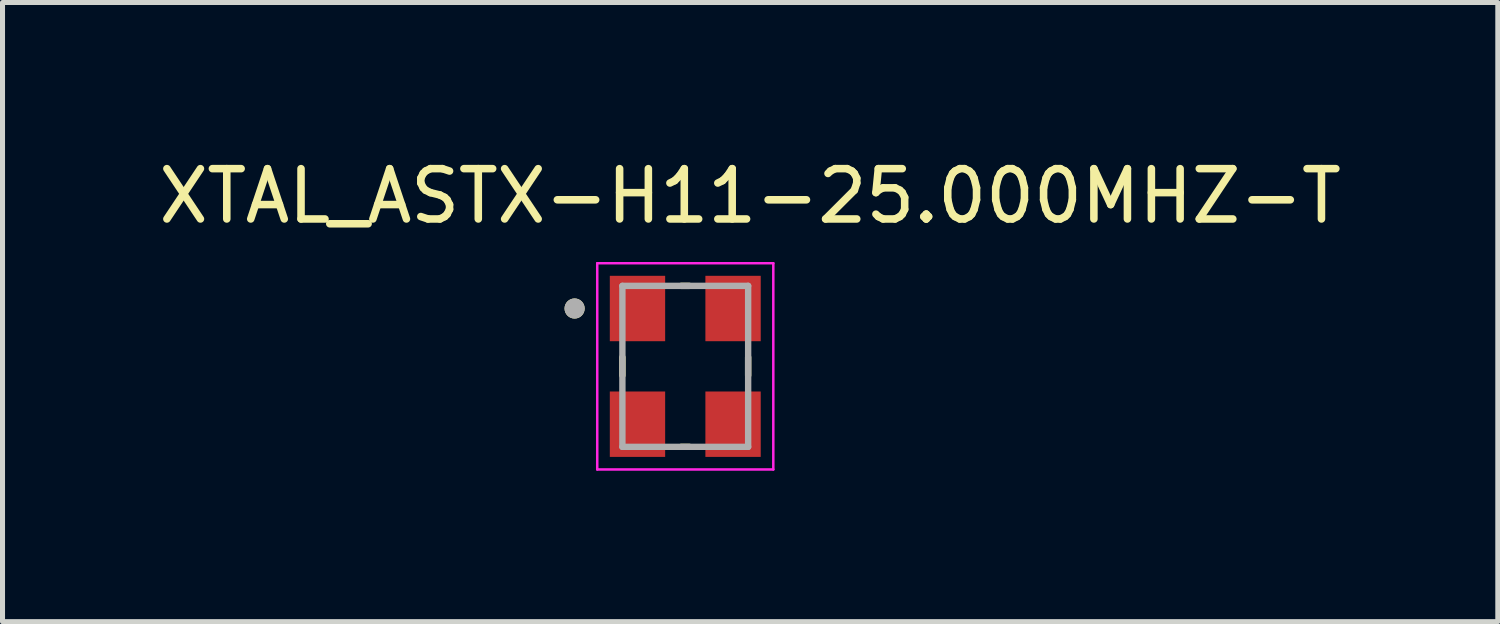
<source format=kicad_pcb>
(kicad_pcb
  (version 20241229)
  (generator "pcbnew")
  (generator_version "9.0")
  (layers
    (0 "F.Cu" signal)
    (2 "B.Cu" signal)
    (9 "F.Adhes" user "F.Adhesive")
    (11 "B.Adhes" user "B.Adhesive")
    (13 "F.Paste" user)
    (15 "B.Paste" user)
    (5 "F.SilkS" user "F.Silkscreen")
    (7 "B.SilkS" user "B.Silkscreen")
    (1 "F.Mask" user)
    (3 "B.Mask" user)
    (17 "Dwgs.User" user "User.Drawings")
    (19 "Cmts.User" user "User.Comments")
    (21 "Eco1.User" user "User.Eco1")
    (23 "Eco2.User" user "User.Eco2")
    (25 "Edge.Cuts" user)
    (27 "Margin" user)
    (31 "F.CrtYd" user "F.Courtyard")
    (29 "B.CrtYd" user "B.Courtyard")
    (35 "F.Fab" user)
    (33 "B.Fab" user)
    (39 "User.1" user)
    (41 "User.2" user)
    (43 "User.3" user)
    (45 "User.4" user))
  (footprint "XTAL_ASTX-H11-25.000MHZ-T"
    (layer "F.Cu")
    (at 10.573 4.233)
    (property "Reference" "XTAL_ASTX-H11-25.000MHZ-T" (at 1.29 -3.385 0) (layer "F.SilkS") (effects (font (size 1 1) (thickness 0.15))))
    (attr through_hole)
    (fp_line (start -1.25 -0.18) (end -1.25 0.18) (stroke (width 0.127) (type solid)) (layer "F.SilkS"))
    (fp_line (start -0.08 -1.6) (end 0.08 -1.6) (stroke (width 0.127) (type solid)) (layer "F.SilkS"))
    (fp_line (start -0.08 1.6) (end 0.08 1.6) (stroke (width 0.127) (type solid)) (layer "F.SilkS"))
    (fp_line (start 1.25 -0.18) (end 1.25 0.18) (stroke (width 0.127) (type solid)) (layer "F.SilkS"))
    (fp_circle (center -2.2 -1.15) (end -2.1 -1.15) (stroke (width 0.2) (type solid)) (fill no) (layer "F.SilkS"))
    (fp_line (start -1.75 -2.05) (end -1.75 2.05) (stroke (width 0.05) (type solid)) (layer "F.CrtYd"))
    (fp_line (start -1.75 2.05) (end 1.75 2.05) (stroke (width 0.05) (type solid)) (layer "F.CrtYd"))
    (fp_line (start 1.75 -2.05) (end -1.75 -2.05) (stroke (width 0.05) (type solid)) (layer "F.CrtYd"))
    (fp_line (start 1.75 2.05) (end 1.75 -2.05) (stroke (width 0.05) (type solid)) (layer "F.CrtYd"))
    (fp_line (start -1.25 -1.6) (end 1.25 -1.6) (stroke (width 0.127) (type solid)) (layer "F.Fab"))
    (fp_line (start -1.25 1.6) (end -1.25 -1.6) (stroke (width 0.127) (type solid)) (layer "F.Fab"))
    (fp_line (start 1.25 -1.6) (end 1.25 1.6) (stroke (width 0.127) (type solid)) (layer "F.Fab"))
    (fp_line (start 1.25 1.6) (end -1.25 1.6) (stroke (width 0.127) (type solid)) (layer "F.Fab"))
    (fp_circle (center -2.2 -1.15) (end -2.1 -1.15) (stroke (width 0.2) (type solid)) (fill no) (layer "F.Fab"))
    (pad "1" smd rect (at -0.95 -1.15) (size 1.1 1.3) (layers "F.Cu" "F.Mask" "F.Paste"))
    (pad "2" smd rect (at -0.95 1.15) (size 1.1 1.3) (layers "F.Cu" "F.Mask" "F.Paste"))
    (pad "3" smd rect (at 0.95 1.15) (size 1.1 1.3) (layers "F.Cu" "F.Mask" "F.Paste"))
    (pad "4" smd rect (at 0.95 -1.15) (size 1.1 1.3) (layers "F.Cu" "F.Mask" "F.Paste")))
  (gr_rect
    (start -3 -3)
    (end 26.726 9.308)
    (stroke (width 0.1) (type default))
    (fill no)
    (layer "Edge.Cuts")))
</source>
